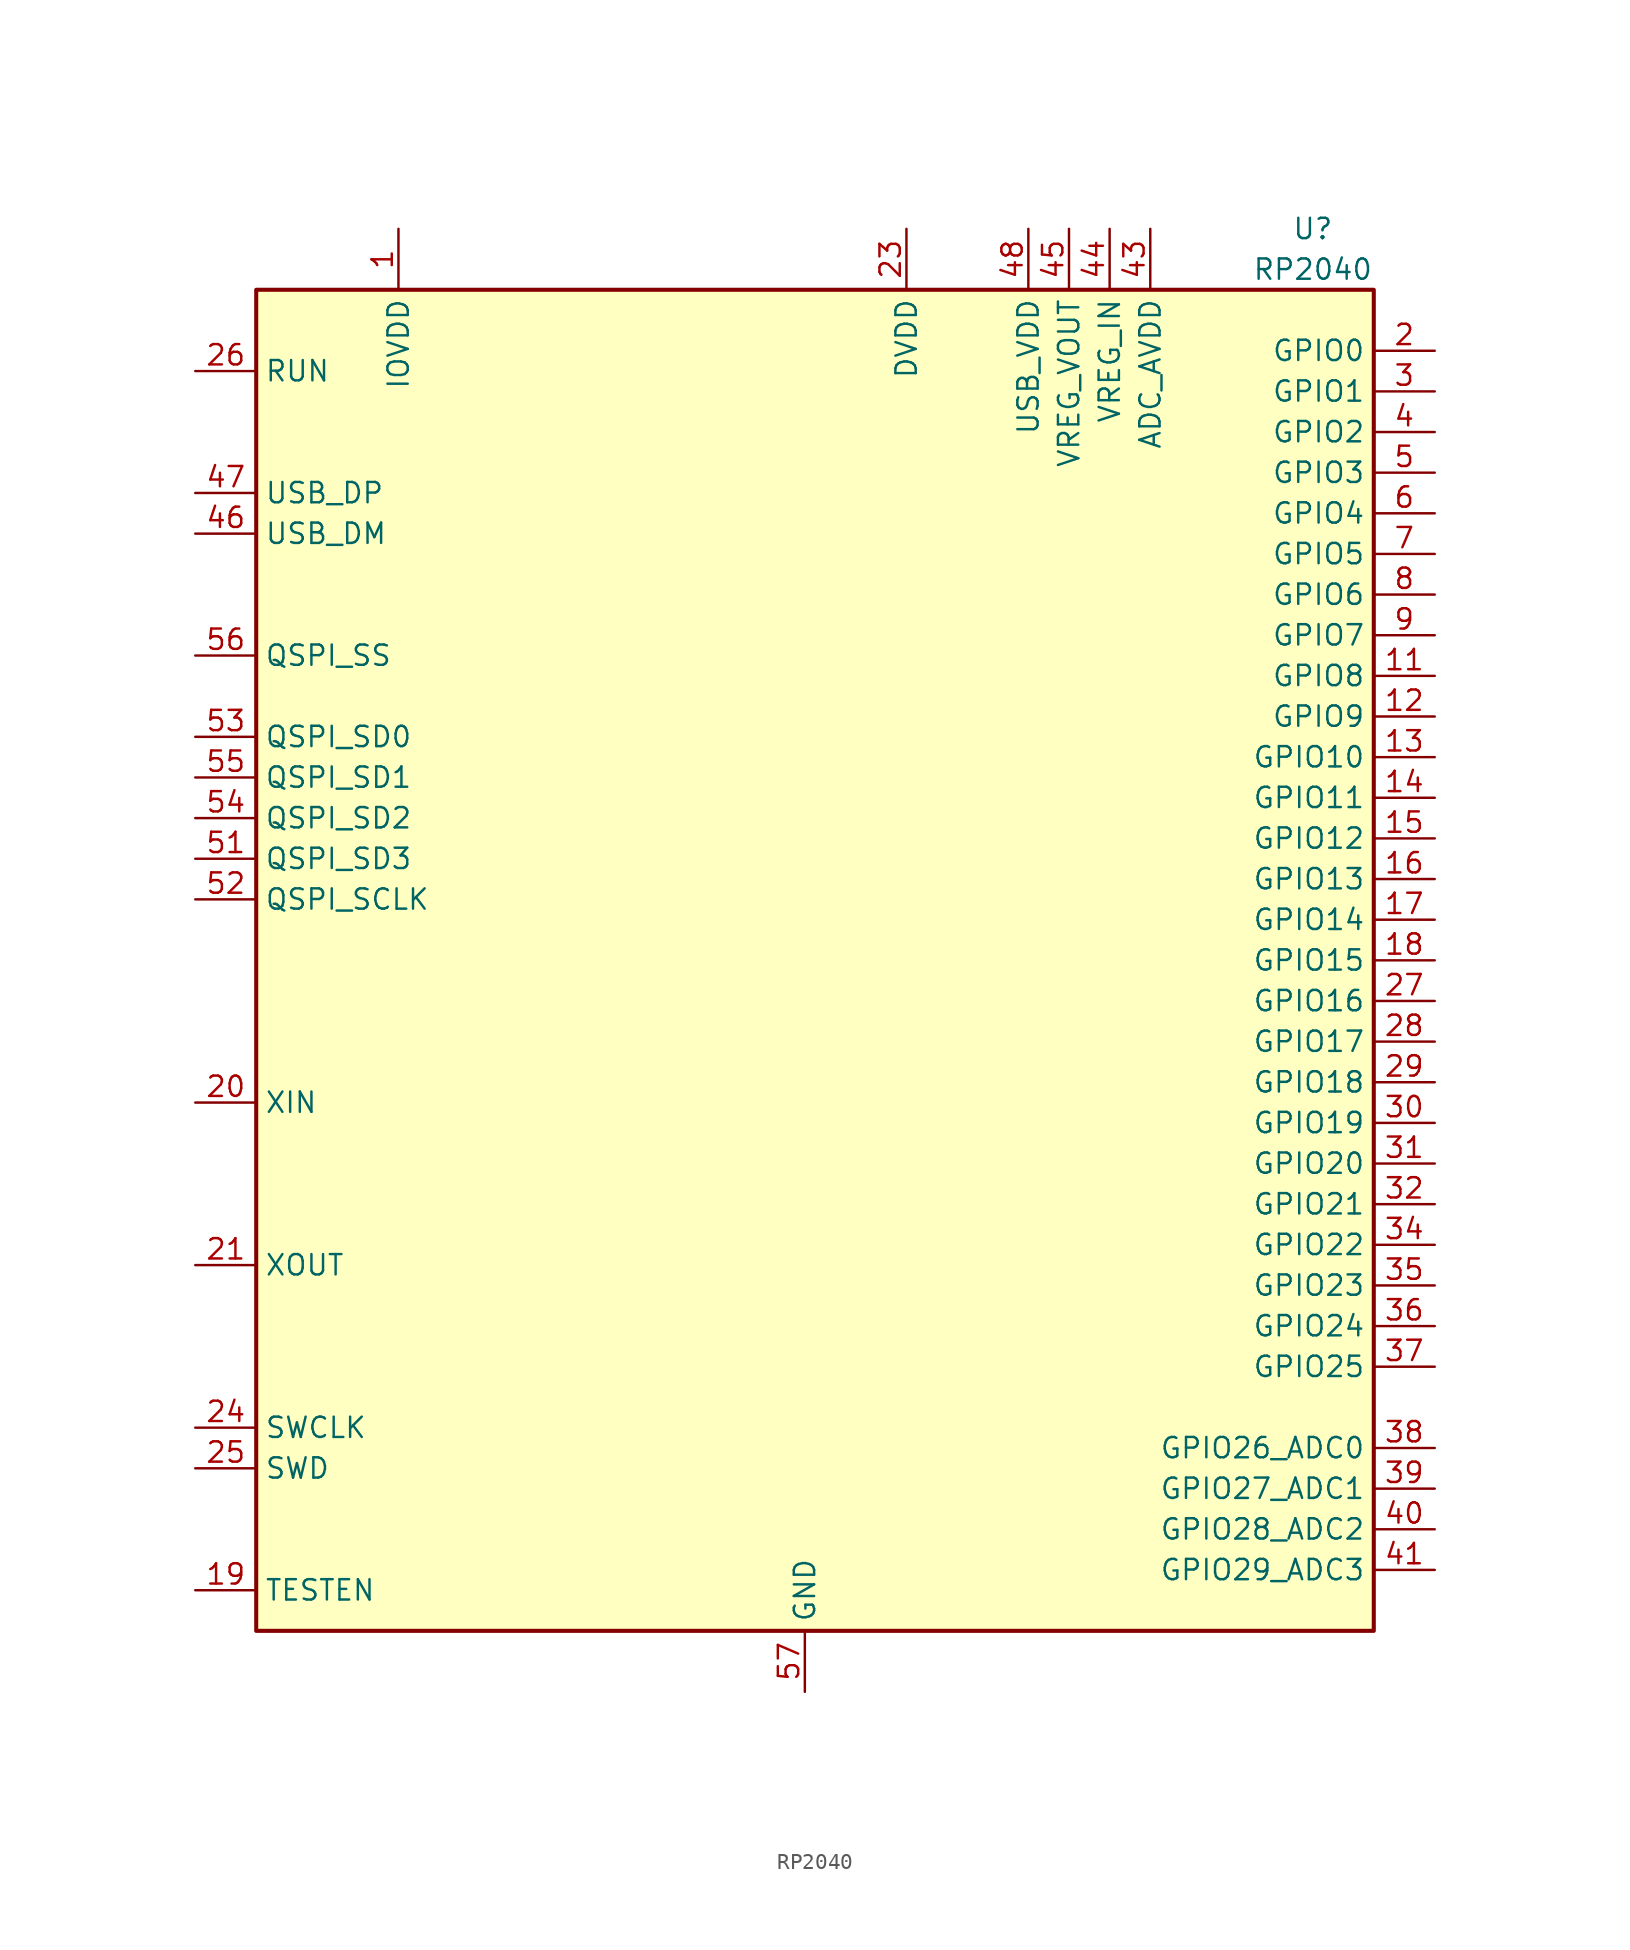
<source format=kicad_sym>
(kicad_symbol_lib
  (version 20220914)
  (generator kicad_symbol_editor)
  (symbol "RP2040"
    (property "Reference" "U"
      (at 31.75 45.72 0)
      (effects (font (size 1.27 1.27))))
    (property "Value" "RP2040"
      (at 31.75 43.18 0)
      (effects (font (size 1.27 1.27))))
    (symbol "RP2040_0_1"
      (rectangle (start -34.29 41.91) (end 35.56 -41.91) (stroke (width 0.254) (type default)) (fill (type background))))
    (symbol "RP2040_1_1"
      (pin power_in line (at -25.4 45.72 270) (length 3.81) (name "IOVDD" (effects (font (size 1.27 1.27)))) (number "1" (effects (font (size 1.27 1.27)))))
      (pin passive line (at -21.59 45.72 270) (length 3.81) hide (name "IOVDD" (effects (font (size 1.27 1.27)))) (number "10" (effects (font (size 1.27 1.27)))))
      (pin bidirectional line (at 39.37 17.78 180) (length 3.81) (name "GPIO8" (effects (font (size 1.27 1.27)))) (number "11" (effects (font (size 1.27 1.27)))))
      (pin bidirectional line (at 39.37 15.24 180) (length 3.81) (name "GPIO9" (effects (font (size 1.27 1.27)))) (number "12" (effects (font (size 1.27 1.27)))))
      (pin bidirectional line (at 39.37 12.7 180) (length 3.81) (name "GPIO10" (effects (font (size 1.27 1.27)))) (number "13" (effects (font (size 1.27 1.27)))))
      (pin bidirectional line (at 39.37 10.16 180) (length 3.81) (name "GPIO11" (effects (font (size 1.27 1.27)))) (number "14" (effects (font (size 1.27 1.27)))))
      (pin bidirectional line (at 39.37 7.62 180) (length 3.81) (name "GPIO12" (effects (font (size 1.27 1.27)))) (number "15" (effects (font (size 1.27 1.27)))))
      (pin bidirectional line (at 39.37 5.08 180) (length 3.81) (name "GPIO13" (effects (font (size 1.27 1.27)))) (number "16" (effects (font (size 1.27 1.27)))))
      (pin bidirectional line (at 39.37 2.54 180) (length 3.81) (name "GPIO14" (effects (font (size 1.27 1.27)))) (number "17" (effects (font (size 1.27 1.27)))))
      (pin bidirectional line (at 39.37 0 180) (length 3.81) (name "GPIO15" (effects (font (size 1.27 1.27)))) (number "18" (effects (font (size 1.27 1.27)))))
      (pin input line (at -38.1 -39.37 0) (length 3.81) (name "TESTEN" (effects (font (size 1.27 1.27)))) (number "19" (effects (font (size 1.27 1.27)))))
      (pin bidirectional line (at 39.37 38.1 180) (length 3.81) (name "GPIO0" (effects (font (size 1.27 1.27)))) (number "2" (effects (font (size 1.27 1.27)))))
      (pin input line (at -38.1 -8.89 0) (length 3.81) (name "XIN" (effects (font (size 1.27 1.27)))) (number "20" (effects (font (size 1.27 1.27)))))
      (pin passive line (at -38.1 -19.05 0) (length 3.81) (name "XOUT" (effects (font (size 1.27 1.27)))) (number "21" (effects (font (size 1.27 1.27)))))
      (pin passive line (at -17.78 45.72 270) (length 3.81) hide (name "IOVDD" (effects (font (size 1.27 1.27)))) (number "22" (effects (font (size 1.27 1.27)))))
      (pin power_in line (at 6.35 45.72 270) (length 3.81) (name "DVDD" (effects (font (size 1.27 1.27)))) (number "23" (effects (font (size 1.27 1.27)))))
      (pin input line (at -38.1 -29.21 0) (length 3.81) (name "SWCLK" (effects (font (size 1.27 1.27)))) (number "24" (effects (font (size 1.27 1.27)))))
      (pin bidirectional line (at -38.1 -31.75 0) (length 3.81) (name "SWD" (effects (font (size 1.27 1.27)))) (number "25" (effects (font (size 1.27 1.27)))))
      (pin input line (at -38.1 36.83 0) (length 3.81) (name "RUN" (effects (font (size 1.27 1.27)))) (number "26" (effects (font (size 1.27 1.27)))))
      (pin bidirectional line (at 39.37 -2.54 180) (length 3.81) (name "GPIO16" (effects (font (size 1.27 1.27)))) (number "27" (effects (font (size 1.27 1.27)))))
      (pin bidirectional line (at 39.37 -5.08 180) (length 3.81) (name "GPIO17" (effects (font (size 1.27 1.27)))) (number "28" (effects (font (size 1.27 1.27)))))
      (pin bidirectional line (at 39.37 -7.62 180) (length 3.81) (name "GPIO18" (effects (font (size 1.27 1.27)))) (number "29" (effects (font (size 1.27 1.27)))))
      (pin bidirectional line (at 39.37 35.56 180) (length 3.81) (name "GPIO1" (effects (font (size 1.27 1.27)))) (number "3" (effects (font (size 1.27 1.27)))))
      (pin bidirectional line (at 39.37 -10.16 180) (length 3.81) (name "GPIO19" (effects (font (size 1.27 1.27)))) (number "30" (effects (font (size 1.27 1.27)))))
      (pin bidirectional line (at 39.37 -12.7 180) (length 3.81) (name "GPIO20" (effects (font (size 1.27 1.27)))) (number "31" (effects (font (size 1.27 1.27)))))
      (pin bidirectional line (at 39.37 -15.24 180) (length 3.81) (name "GPIO21" (effects (font (size 1.27 1.27)))) (number "32" (effects (font (size 1.27 1.27)))))
      (pin passive line (at -13.97 45.72 270) (length 3.81) hide (name "IOVDD" (effects (font (size 1.27 1.27)))) (number "33" (effects (font (size 1.27 1.27)))))
      (pin bidirectional line (at 39.37 -17.78 180) (length 3.81) (name "GPIO22" (effects (font (size 1.27 1.27)))) (number "34" (effects (font (size 1.27 1.27)))))
      (pin bidirectional line (at 39.37 -20.32 180) (length 3.81) (name "GPIO23" (effects (font (size 1.27 1.27)))) (number "35" (effects (font (size 1.27 1.27)))))
      (pin bidirectional line (at 39.37 -22.86 180) (length 3.81) (name "GPIO24" (effects (font (size 1.27 1.27)))) (number "36" (effects (font (size 1.27 1.27)))))
      (pin bidirectional line (at 39.37 -25.4 180) (length 3.81) (name "GPIO25" (effects (font (size 1.27 1.27)))) (number "37" (effects (font (size 1.27 1.27)))))
      (pin bidirectional line (at 39.37 -30.48 180) (length 3.81) (name "GPIO26_ADC0" (effects (font (size 1.27 1.27)))) (number "38" (effects (font (size 1.27 1.27)))))
      (pin bidirectional line (at 39.37 -33.02 180) (length 3.81) (name "GPIO27_ADC1" (effects (font (size 1.27 1.27)))) (number "39" (effects (font (size 1.27 1.27)))))
      (pin bidirectional line (at 39.37 33.02 180) (length 3.81) (name "GPIO2" (effects (font (size 1.27 1.27)))) (number "4" (effects (font (size 1.27 1.27)))))
      (pin bidirectional line (at 39.37 -35.56 180) (length 3.81) (name "GPIO28_ADC2" (effects (font (size 1.27 1.27)))) (number "40" (effects (font (size 1.27 1.27)))))
      (pin bidirectional line (at 39.37 -38.1 180) (length 3.81) (name "GPIO29_ADC3" (effects (font (size 1.27 1.27)))) (number "41" (effects (font (size 1.27 1.27)))))
      (pin passive line (at -10.16 45.72 270) (length 3.81) hide (name "IOVDD" (effects (font (size 1.27 1.27)))) (number "42" (effects (font (size 1.27 1.27)))))
      (pin power_in line (at 21.59 45.72 270) (length 3.81) (name "ADC_AVDD" (effects (font (size 1.27 1.27)))) (number "43" (effects (font (size 1.27 1.27)))))
      (pin power_in line (at 19.05 45.72 270) (length 3.81) (name "VREG_IN" (effects (font (size 1.27 1.27)))) (number "44" (effects (font (size 1.27 1.27)))))
      (pin power_out line (at 16.51 45.72 270) (length 3.81) (name "VREG_VOUT" (effects (font (size 1.27 1.27)))) (number "45" (effects (font (size 1.27 1.27)))))
      (pin bidirectional line (at -38.1 26.67 0) (length 3.81) (name "USB_DM" (effects (font (size 1.27 1.27)))) (number "46" (effects (font (size 1.27 1.27)))))
      (pin bidirectional line (at -38.1 29.21 0) (length 3.81) (name "USB_DP" (effects (font (size 1.27 1.27)))) (number "47" (effects (font (size 1.27 1.27)))))
      (pin power_in line (at 13.97 45.72 270) (length 3.81) (name "USB_VDD" (effects (font (size 1.27 1.27)))) (number "48" (effects (font (size 1.27 1.27)))))
      (pin passive line (at 11.43 45.72 270) (length 3.81) hide (name "IOVDD" (effects (font (size 1.27 1.27)))) (number "49" (effects (font (size 1.27 1.27)))))
      (pin bidirectional line (at 39.37 30.48 180) (length 3.81) (name "GPIO3" (effects (font (size 1.27 1.27)))) (number "5" (effects (font (size 1.27 1.27)))))
      (pin passive line (at 8.89 45.72 270) (length 3.81) hide (name "DVDD" (effects (font (size 1.27 1.27)))) (number "50" (effects (font (size 1.27 1.27)))))
      (pin bidirectional line (at -38.1 6.35 0) (length 3.81) (name "QSPI_SD3" (effects (font (size 1.27 1.27)))) (number "51" (effects (font (size 1.27 1.27)))))
      (pin output line (at -38.1 3.81 0) (length 3.81) (name "QSPI_SCLK" (effects (font (size 1.27 1.27)))) (number "52" (effects (font (size 1.27 1.27)))))
      (pin bidirectional line (at -38.1 13.97 0) (length 3.81) (name "QSPI_SD0" (effects (font (size 1.27 1.27)))) (number "53" (effects (font (size 1.27 1.27)))))
      (pin bidirectional line (at -38.1 8.89 0) (length 3.81) (name "QSPI_SD2" (effects (font (size 1.27 1.27)))) (number "54" (effects (font (size 1.27 1.27)))))
      (pin bidirectional line (at -38.1 11.43 0) (length 3.81) (name "QSPI_SD1" (effects (font (size 1.27 1.27)))) (number "55" (effects (font (size 1.27 1.27)))))
      (pin bidirectional line (at -38.1 19.05 0) (length 3.81) (name "QSPI_SS" (effects (font (size 1.27 1.27)))) (number "56" (effects (font (size 1.27 1.27)))))
      (pin power_in line (at 0 -45.72 90) (length 3.81) (name "GND" (effects (font (size 1.27 1.27)))) (number "57" (effects (font (size 1.27 1.27)))))
      (pin bidirectional line (at 39.37 27.94 180) (length 3.81) (name "GPIO4" (effects (font (size 1.27 1.27)))) (number "6" (effects (font (size 1.27 1.27)))))
      (pin bidirectional line (at 39.37 25.4 180) (length 3.81) (name "GPIO5" (effects (font (size 1.27 1.27)))) (number "7" (effects (font (size 1.27 1.27)))))
      (pin bidirectional line (at 39.37 22.86 180) (length 3.81) (name "GPIO6" (effects (font (size 1.27 1.27)))) (number "8" (effects (font (size 1.27 1.27)))))
      (pin bidirectional line (at 39.37 20.32 180) (length 3.81) (name "GPIO7" (effects (font (size 1.27 1.27)))) (number "9" (effects (font (size 1.27 1.27))))))))
</source>
